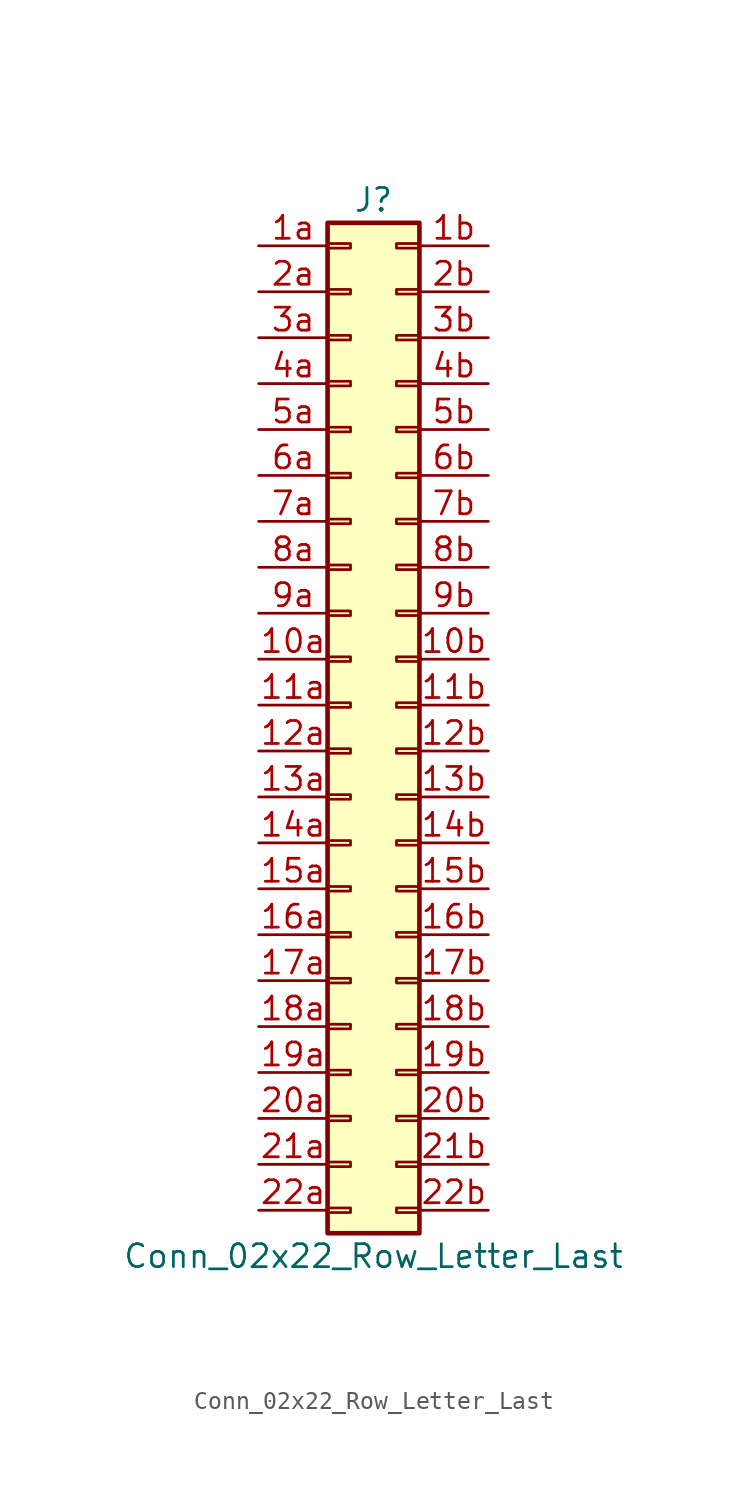
<source format=kicad_sym>
(kicad_symbol_lib
  (version 20201005)
  (generator kicad_symbol_editor)
  (symbol "Conn_02x22_Row_Letter_Last"
    (pin_names
      (offset 1.016) hide)
    (property "Reference" "J"
      (at 1.27 27.94 0)
      (effects (font (size 1.27 1.27))))
    (property "Value" "Conn_02x22_Row_Letter_Last"
      (at 1.27 -30.48 0)
      (effects (font (size 1.27 1.27))))
    (symbol "Conn_02x22_Row_Letter_Last_1_1"
      (rectangle (start -1.27 -27.813) (end 0 -28.067) (stroke (width 0.152)) (fill (type none)))
      (rectangle (start -1.27 -25.273) (end 0 -25.527) (stroke (width 0.152)) (fill (type none)))
      (rectangle (start -1.27 -22.733) (end 0 -22.987) (stroke (width 0.152)) (fill (type none)))
      (rectangle (start -1.27 -20.193) (end 0 -20.447) (stroke (width 0.152)) (fill (type none)))
      (rectangle (start -1.27 -17.653) (end 0 -17.907) (stroke (width 0.152)) (fill (type none)))
      (rectangle (start -1.27 -15.113) (end 0 -15.367) (stroke (width 0.152)) (fill (type none)))
      (rectangle (start -1.27 -12.573) (end 0 -12.827) (stroke (width 0.152)) (fill (type none)))
      (rectangle (start -1.27 -10.033) (end 0 -10.287) (stroke (width 0.152)) (fill (type none)))
      (rectangle (start -1.27 -7.493) (end 0 -7.747) (stroke (width 0.152)) (fill (type none)))
      (rectangle (start -1.27 -4.953) (end 0 -5.207) (stroke (width 0.152)) (fill (type none)))
      (rectangle (start -1.27 -2.413) (end 0 -2.667) (stroke (width 0.152)) (fill (type none)))
      (rectangle (start -1.27 0.127) (end 0 -0.127) (stroke (width 0.152)) (fill (type none)))
      (rectangle (start -1.27 2.667) (end 0 2.413) (stroke (width 0.152)) (fill (type none)))
      (rectangle (start -1.27 5.207) (end 0 4.953) (stroke (width 0.152)) (fill (type none)))
      (rectangle (start -1.27 7.747) (end 0 7.493) (stroke (width 0.152)) (fill (type none)))
      (rectangle (start -1.27 10.287) (end 0 10.033) (stroke (width 0.152)) (fill (type none)))
      (rectangle (start -1.27 12.827) (end 0 12.573) (stroke (width 0.152)) (fill (type none)))
      (rectangle (start -1.27 15.367) (end 0 15.113) (stroke (width 0.152)) (fill (type none)))
      (rectangle (start -1.27 17.907) (end 0 17.653) (stroke (width 0.152)) (fill (type none)))
      (rectangle (start -1.27 20.447) (end 0 20.193) (stroke (width 0.152)) (fill (type none)))
      (rectangle (start -1.27 22.987) (end 0 22.733) (stroke (width 0.152)) (fill (type none)))
      (rectangle (start -1.27 25.527) (end 0 25.273) (stroke (width 0.152)) (fill (type none)))
      (rectangle (start 3.81 -27.813) (end 2.54 -28.067) (stroke (width 0.152)) (fill (type none)))
      (rectangle (start 3.81 -25.273) (end 2.54 -25.527) (stroke (width 0.152)) (fill (type none)))
      (rectangle (start 3.81 -22.733) (end 2.54 -22.987) (stroke (width 0.152)) (fill (type none)))
      (rectangle (start 3.81 -20.193) (end 2.54 -20.447) (stroke (width 0.152)) (fill (type none)))
      (rectangle (start 3.81 -17.653) (end 2.54 -17.907) (stroke (width 0.152)) (fill (type none)))
      (rectangle (start 3.81 -15.113) (end 2.54 -15.367) (stroke (width 0.152)) (fill (type none)))
      (rectangle (start 3.81 -12.573) (end 2.54 -12.827) (stroke (width 0.152)) (fill (type none)))
      (rectangle (start 3.81 -10.033) (end 2.54 -10.287) (stroke (width 0.152)) (fill (type none)))
      (rectangle (start 3.81 -7.493) (end 2.54 -7.747) (stroke (width 0.152)) (fill (type none)))
      (rectangle (start 3.81 -4.953) (end 2.54 -5.207) (stroke (width 0.152)) (fill (type none)))
      (rectangle (start 3.81 -2.413) (end 2.54 -2.667) (stroke (width 0.152)) (fill (type none)))
      (rectangle (start 3.81 0.127) (end 2.54 -0.127) (stroke (width 0.152)) (fill (type none)))
      (rectangle (start 3.81 2.667) (end 2.54 2.413) (stroke (width 0.152)) (fill (type none)))
      (rectangle (start 3.81 5.207) (end 2.54 4.953) (stroke (width 0.152)) (fill (type none)))
      (rectangle (start 3.81 7.747) (end 2.54 7.493) (stroke (width 0.152)) (fill (type none)))
      (rectangle (start 3.81 10.287) (end 2.54 10.033) (stroke (width 0.152)) (fill (type none)))
      (rectangle (start 3.81 12.827) (end 2.54 12.573) (stroke (width 0.152)) (fill (type none)))
      (rectangle (start 3.81 15.367) (end 2.54 15.113) (stroke (width 0.152)) (fill (type none)))
      (rectangle (start 3.81 17.907) (end 2.54 17.653) (stroke (width 0.152)) (fill (type none)))
      (rectangle (start 3.81 20.447) (end 2.54 20.193) (stroke (width 0.152)) (fill (type none)))
      (rectangle (start 3.81 22.987) (end 2.54 22.733) (stroke (width 0.152)) (fill (type none)))
      (rectangle (start 3.81 25.527) (end 2.54 25.273) (stroke (width 0.152)) (fill (type none)))
      (rectangle (start -1.27 26.67) (end 3.81 -29.21) (stroke (width 0.254)) (fill (type background)))
      (pin passive line (at -5.08 2.54 0) (length 3.81) (name "Pin_10a" (effects (font (size 1.27 1.27)))) (number "10a" (effects (font (size 1.27 1.27)))))
      (pin passive line (at 7.62 2.54 180) (length 3.81) (name "Pin_10b" (effects (font (size 1.27 1.27)))) (number "10b" (effects (font (size 1.27 1.27)))))
      (pin passive line (at -5.08 0 0) (length 3.81) (name "Pin_11a" (effects (font (size 1.27 1.27)))) (number "11a" (effects (font (size 1.27 1.27)))))
      (pin passive line (at 7.62 0 180) (length 3.81) (name "Pin_11b" (effects (font (size 1.27 1.27)))) (number "11b" (effects (font (size 1.27 1.27)))))
      (pin passive line (at -5.08 -2.54 0) (length 3.81) (name "Pin_12a" (effects (font (size 1.27 1.27)))) (number "12a" (effects (font (size 1.27 1.27)))))
      (pin passive line (at 7.62 -2.54 180) (length 3.81) (name "Pin_12b" (effects (font (size 1.27 1.27)))) (number "12b" (effects (font (size 1.27 1.27)))))
      (pin passive line (at -5.08 -5.08 0) (length 3.81) (name "Pin_13a" (effects (font (size 1.27 1.27)))) (number "13a" (effects (font (size 1.27 1.27)))))
      (pin passive line (at 7.62 -5.08 180) (length 3.81) (name "Pin_13b" (effects (font (size 1.27 1.27)))) (number "13b" (effects (font (size 1.27 1.27)))))
      (pin passive line (at -5.08 -7.62 0) (length 3.81) (name "Pin_14a" (effects (font (size 1.27 1.27)))) (number "14a" (effects (font (size 1.27 1.27)))))
      (pin passive line (at 7.62 -7.62 180) (length 3.81) (name "Pin_14b" (effects (font (size 1.27 1.27)))) (number "14b" (effects (font (size 1.27 1.27)))))
      (pin passive line (at -5.08 -10.16 0) (length 3.81) (name "Pin_15a" (effects (font (size 1.27 1.27)))) (number "15a" (effects (font (size 1.27 1.27)))))
      (pin passive line (at 7.62 -10.16 180) (length 3.81) (name "Pin_15b" (effects (font (size 1.27 1.27)))) (number "15b" (effects (font (size 1.27 1.27)))))
      (pin passive line (at -5.08 -12.7 0) (length 3.81) (name "Pin_16a" (effects (font (size 1.27 1.27)))) (number "16a" (effects (font (size 1.27 1.27)))))
      (pin passive line (at 7.62 -12.7 180) (length 3.81) (name "Pin_16b" (effects (font (size 1.27 1.27)))) (number "16b" (effects (font (size 1.27 1.27)))))
      (pin passive line (at -5.08 -15.24 0) (length 3.81) (name "Pin_17a" (effects (font (size 1.27 1.27)))) (number "17a" (effects (font (size 1.27 1.27)))))
      (pin passive line (at 7.62 -15.24 180) (length 3.81) (name "Pin_17b" (effects (font (size 1.27 1.27)))) (number "17b" (effects (font (size 1.27 1.27)))))
      (pin passive line (at -5.08 -17.78 0) (length 3.81) (name "Pin_18a" (effects (font (size 1.27 1.27)))) (number "18a" (effects (font (size 1.27 1.27)))))
      (pin passive line (at 7.62 -17.78 180) (length 3.81) (name "Pin_18b" (effects (font (size 1.27 1.27)))) (number "18b" (effects (font (size 1.27 1.27)))))
      (pin passive line (at -5.08 -20.32 0) (length 3.81) (name "Pin_19a" (effects (font (size 1.27 1.27)))) (number "19a" (effects (font (size 1.27 1.27)))))
      (pin passive line (at 7.62 -20.32 180) (length 3.81) (name "Pin_19b" (effects (font (size 1.27 1.27)))) (number "19b" (effects (font (size 1.27 1.27)))))
      (pin passive line (at -5.08 25.4 0) (length 3.81) (name "Pin_1a" (effects (font (size 1.27 1.27)))) (number "1a" (effects (font (size 1.27 1.27)))))
      (pin passive line (at 7.62 25.4 180) (length 3.81) (name "Pin_1b" (effects (font (size 1.27 1.27)))) (number "1b" (effects (font (size 1.27 1.27)))))
      (pin passive line (at -5.08 -22.86 0) (length 3.81) (name "Pin_20a" (effects (font (size 1.27 1.27)))) (number "20a" (effects (font (size 1.27 1.27)))))
      (pin passive line (at 7.62 -22.86 180) (length 3.81) (name "Pin_20b" (effects (font (size 1.27 1.27)))) (number "20b" (effects (font (size 1.27 1.27)))))
      (pin passive line (at -5.08 -25.4 0) (length 3.81) (name "Pin_21a" (effects (font (size 1.27 1.27)))) (number "21a" (effects (font (size 1.27 1.27)))))
      (pin passive line (at 7.62 -25.4 180) (length 3.81) (name "Pin_21b" (effects (font (size 1.27 1.27)))) (number "21b" (effects (font (size 1.27 1.27)))))
      (pin passive line (at -5.08 -27.94 0) (length 3.81) (name "Pin_22a" (effects (font (size 1.27 1.27)))) (number "22a" (effects (font (size 1.27 1.27)))))
      (pin passive line (at 7.62 -27.94 180) (length 3.81) (name "Pin_22b" (effects (font (size 1.27 1.27)))) (number "22b" (effects (font (size 1.27 1.27)))))
      (pin passive line (at -5.08 22.86 0) (length 3.81) (name "Pin_2a" (effects (font (size 1.27 1.27)))) (number "2a" (effects (font (size 1.27 1.27)))))
      (pin passive line (at 7.62 22.86 180) (length 3.81) (name "Pin_2b" (effects (font (size 1.27 1.27)))) (number "2b" (effects (font (size 1.27 1.27)))))
      (pin passive line (at -5.08 20.32 0) (length 3.81) (name "Pin_3a" (effects (font (size 1.27 1.27)))) (number "3a" (effects (font (size 1.27 1.27)))))
      (pin passive line (at 7.62 20.32 180) (length 3.81) (name "Pin_3b" (effects (font (size 1.27 1.27)))) (number "3b" (effects (font (size 1.27 1.27)))))
      (pin passive line (at -5.08 17.78 0) (length 3.81) (name "Pin_4a" (effects (font (size 1.27 1.27)))) (number "4a" (effects (font (size 1.27 1.27)))))
      (pin passive line (at 7.62 17.78 180) (length 3.81) (name "Pin_4b" (effects (font (size 1.27 1.27)))) (number "4b" (effects (font (size 1.27 1.27)))))
      (pin passive line (at -5.08 15.24 0) (length 3.81) (name "Pin_5a" (effects (font (size 1.27 1.27)))) (number "5a" (effects (font (size 1.27 1.27)))))
      (pin passive line (at 7.62 15.24 180) (length 3.81) (name "Pin_5b" (effects (font (size 1.27 1.27)))) (number "5b" (effects (font (size 1.27 1.27)))))
      (pin passive line (at -5.08 12.7 0) (length 3.81) (name "Pin_6a" (effects (font (size 1.27 1.27)))) (number "6a" (effects (font (size 1.27 1.27)))))
      (pin passive line (at 7.62 12.7 180) (length 3.81) (name "Pin_6b" (effects (font (size 1.27 1.27)))) (number "6b" (effects (font (size 1.27 1.27)))))
      (pin passive line (at -5.08 10.16 0) (length 3.81) (name "Pin_7a" (effects (font (size 1.27 1.27)))) (number "7a" (effects (font (size 1.27 1.27)))))
      (pin passive line (at 7.62 10.16 180) (length 3.81) (name "Pin_7b" (effects (font (size 1.27 1.27)))) (number "7b" (effects (font (size 1.27 1.27)))))
      (pin passive line (at -5.08 7.62 0) (length 3.81) (name "Pin_8a" (effects (font (size 1.27 1.27)))) (number "8a" (effects (font (size 1.27 1.27)))))
      (pin passive line (at 7.62 7.62 180) (length 3.81) (name "Pin_8b" (effects (font (size 1.27 1.27)))) (number "8b" (effects (font (size 1.27 1.27)))))
      (pin passive line (at -5.08 5.08 0) (length 3.81) (name "Pin_9a" (effects (font (size 1.27 1.27)))) (number "9a" (effects (font (size 1.27 1.27)))))
      (pin passive line (at 7.62 5.08 180) (length 3.81) (name "Pin_9b" (effects (font (size 1.27 1.27)))) (number "9b" (effects (font (size 1.27 1.27))))))))
</source>
